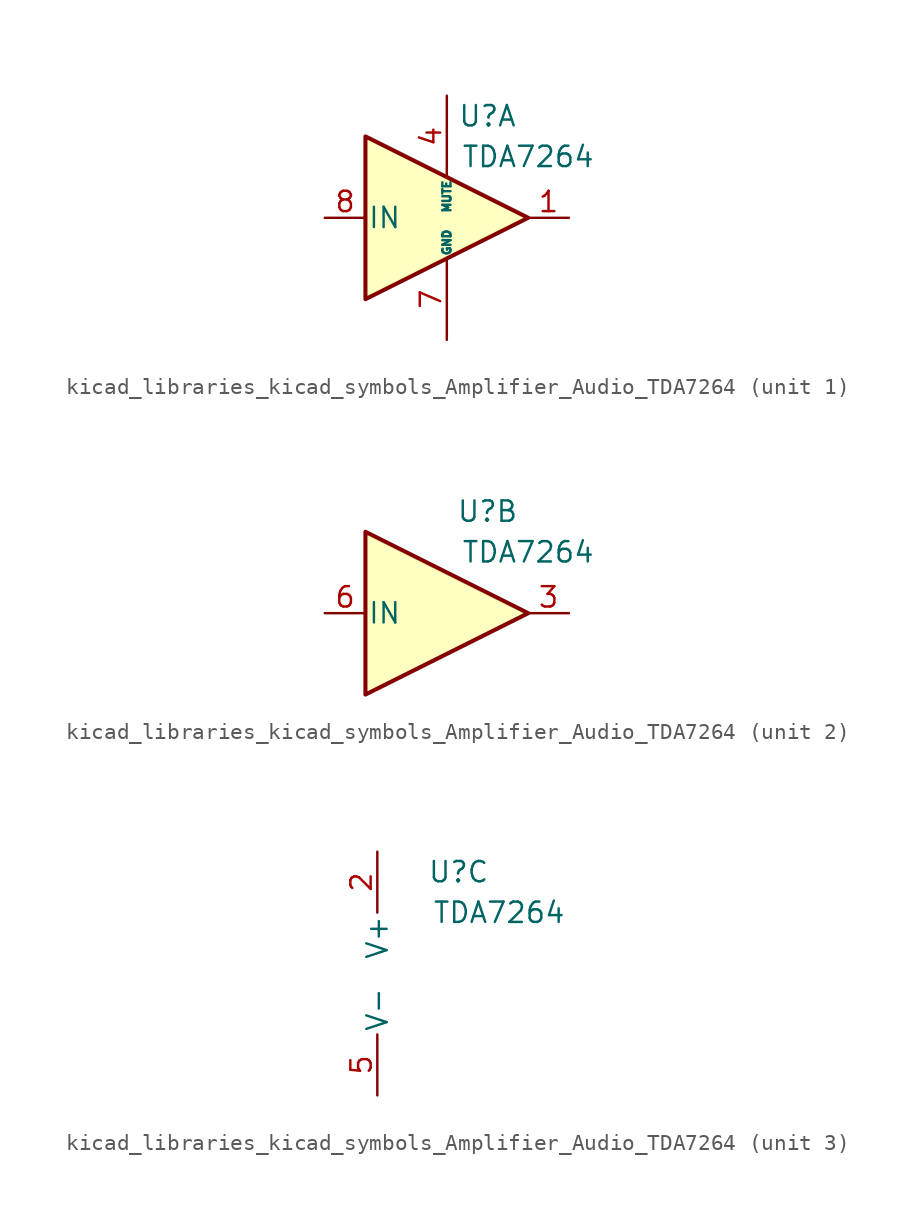
<source format=kicad_sym>
(kicad_symbol_lib
  (version 20220914)
  (generator kicad_symbol_editor)
  (symbol "kicad_libraries_kicad_symbols_Amplifier_Audio_TDA7264"
    (pin_names
      (offset 0.127))
    (property "Reference" "U"
      (at 2.54 6.35 0)
      (effects (font (size 1.27 1.27))))
    (property "Value" "TDA7264"
      (at 5.08 3.81 0)
      (effects (font (size 1.27 1.27))))
    (property "ki_locked" ""
      (at 0 0 0)
      (effects (font (size 1.27 1.27))))
    (symbol "kicad_libraries_kicad_symbols_Amplifier_Audio_TDA7264_1_1"
      (polyline (pts (xy 5.08 0) (xy -5.08 5.08) (xy -5.08 -5.08) (xy 5.08 0)) (stroke (width 0.254) (type default)) (fill (type background)))
      (pin output line (at 7.62 0 180) (length 2.54) (name "~" (effects (font (size 1.27 1.27)))) (number "1" (effects (font (size 1.27 1.27)))))
      (pin input line (at 0 7.62 270) (length 5.08) (name "MUTE" (effects (font (size 0.508 0.508)))) (number "4" (effects (font (size 1.27 1.27)))))
      (pin power_in line (at 0 -7.62 90) (length 5.08) (name "GND" (effects (font (size 0.508 0.508)))) (number "7" (effects (font (size 1.27 1.27)))))
      (pin input line (at -7.62 0 0) (length 2.54) (name "IN" (effects (font (size 1.27 1.27)))) (number "8" (effects (font (size 1.27 1.27))))))
    (symbol "kicad_libraries_kicad_symbols_Amplifier_Audio_TDA7264_2_1"
      (polyline (pts (xy 5.08 0) (xy -5.08 5.08) (xy -5.08 -5.08) (xy 5.08 0)) (stroke (width 0.254) (type default)) (fill (type background)))
      (pin output line (at 7.62 0 180) (length 2.54) (name "~" (effects (font (size 1.27 1.27)))) (number "3" (effects (font (size 1.27 1.27)))))
      (pin input line (at -7.62 0 0) (length 2.54) (name "IN" (effects (font (size 1.27 1.27)))) (number "6" (effects (font (size 1.27 1.27))))))
    (symbol "kicad_libraries_kicad_symbols_Amplifier_Audio_TDA7264_3_1"
      (pin power_in line (at -2.54 7.62 270) (length 3.81) (name "V+" (effects (font (size 1.27 1.27)))) (number "2" (effects (font (size 1.27 1.27)))))
      (pin power_in line (at -2.54 -7.62 90) (length 3.81) (name "V-" (effects (font (size 1.27 1.27)))) (number "5" (effects (font (size 1.27 1.27))))))))
</source>
